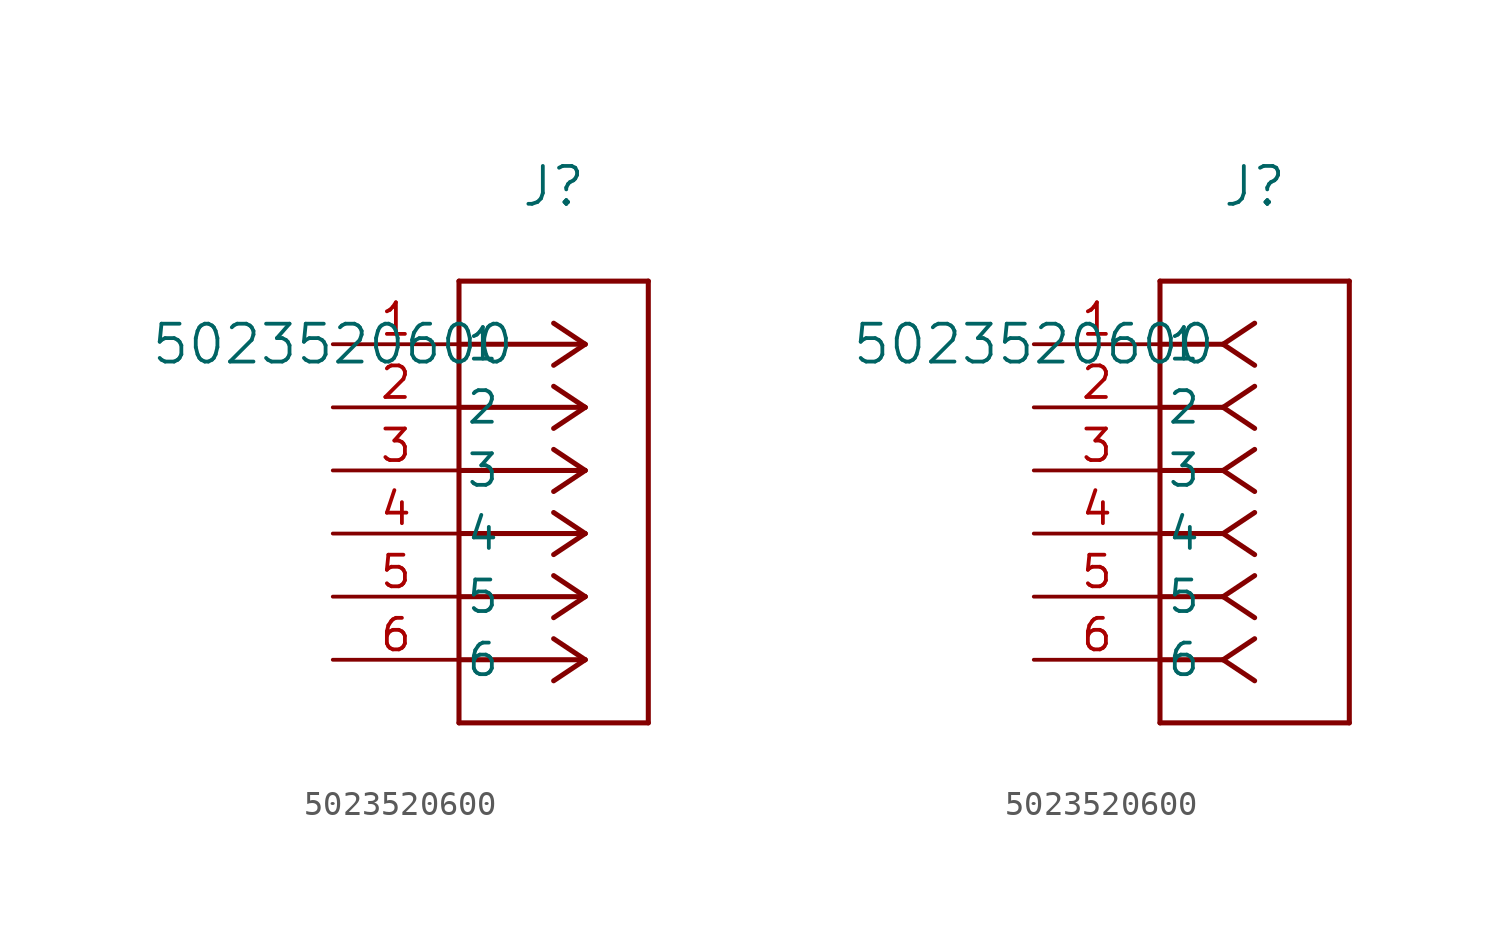
<source format=kicad_sym>
(kicad_symbol_lib
  (version 20241209)
  (generator "kicad_symbol_editor")
  (generator_version "9.0")
  (symbol "5023520600"
    (pin_names
      (offset 0.254))
    (property "Reference" "J"
      (at 8.89 6.35 0)
      (effects (font (size 1.524 1.524))))
    (property "Value" "5023520600"
      (at 0 0 0)
      (effects (font (size 1.524 1.524))))
    (property "ki_locked" ""
      (at 0 0 0)
      (effects (font (size 1.27 1.27))))
    (symbol "5023520600_1_1"
      (polyline (pts (xy 5.08 2.54) (xy 5.08 -15.24)) (stroke (width 0.203) (type default)) (fill (type none)))
      (polyline (pts (xy 5.08 -15.24) (xy 12.7 -15.24)) (stroke (width 0.203) (type default)) (fill (type none)))
      (polyline (pts (xy 10.16 0) (xy 5.08 0)) (stroke (width 0.203) (type default)) (fill (type none)))
      (polyline (pts (xy 10.16 0) (xy 8.89 0.847)) (stroke (width 0.203) (type default)) (fill (type none)))
      (polyline (pts (xy 10.16 0) (xy 8.89 -0.847)) (stroke (width 0.203) (type default)) (fill (type none)))
      (polyline (pts (xy 10.16 -2.54) (xy 5.08 -2.54)) (stroke (width 0.203) (type default)) (fill (type none)))
      (polyline (pts (xy 10.16 -2.54) (xy 8.89 -1.693)) (stroke (width 0.203) (type default)) (fill (type none)))
      (polyline (pts (xy 10.16 -2.54) (xy 8.89 -3.387)) (stroke (width 0.203) (type default)) (fill (type none)))
      (polyline (pts (xy 10.16 -5.08) (xy 5.08 -5.08)) (stroke (width 0.203) (type default)) (fill (type none)))
      (polyline (pts (xy 10.16 -5.08) (xy 8.89 -4.233)) (stroke (width 0.203) (type default)) (fill (type none)))
      (polyline (pts (xy 10.16 -5.08) (xy 8.89 -5.927)) (stroke (width 0.203) (type default)) (fill (type none)))
      (polyline (pts (xy 10.16 -7.62) (xy 5.08 -7.62)) (stroke (width 0.203) (type default)) (fill (type none)))
      (polyline (pts (xy 10.16 -7.62) (xy 8.89 -6.773)) (stroke (width 0.203) (type default)) (fill (type none)))
      (polyline (pts (xy 10.16 -7.62) (xy 8.89 -8.467)) (stroke (width 0.203) (type default)) (fill (type none)))
      (polyline (pts (xy 10.16 -10.16) (xy 5.08 -10.16)) (stroke (width 0.203) (type default)) (fill (type none)))
      (polyline (pts (xy 10.16 -10.16) (xy 8.89 -9.313)) (stroke (width 0.203) (type default)) (fill (type none)))
      (polyline (pts (xy 10.16 -10.16) (xy 8.89 -11.007)) (stroke (width 0.203) (type default)) (fill (type none)))
      (polyline (pts (xy 10.16 -12.7) (xy 5.08 -12.7)) (stroke (width 0.203) (type default)) (fill (type none)))
      (polyline (pts (xy 10.16 -12.7) (xy 8.89 -11.853)) (stroke (width 0.203) (type default)) (fill (type none)))
      (polyline (pts (xy 10.16 -12.7) (xy 8.89 -13.547)) (stroke (width 0.203) (type default)) (fill (type none)))
      (polyline (pts (xy 12.7 2.54) (xy 5.08 2.54)) (stroke (width 0.203) (type default)) (fill (type none)))
      (polyline (pts (xy 12.7 -15.24) (xy 12.7 2.54)) (stroke (width 0.203) (type default)) (fill (type none)))
      (pin passive line (at 0 0 0) (length 5.08) (name "1" (effects (font (size 1.27 1.27)))) (number "1" (effects (font (size 1.27 1.27)))))
      (pin passive line (at 0 -2.54 0) (length 5.08) (name "2" (effects (font (size 1.27 1.27)))) (number "2" (effects (font (size 1.27 1.27)))))
      (pin passive line (at 0 -5.08 0) (length 5.08) (name "3" (effects (font (size 1.27 1.27)))) (number "3" (effects (font (size 1.27 1.27)))))
      (pin passive line (at 0 -7.62 0) (length 5.08) (name "4" (effects (font (size 1.27 1.27)))) (number "4" (effects (font (size 1.27 1.27)))))
      (pin passive line (at 0 -10.16 0) (length 5.08) (name "5" (effects (font (size 1.27 1.27)))) (number "5" (effects (font (size 1.27 1.27)))))
      (pin passive line (at 0 -12.7 0) (length 5.08) (name "6" (effects (font (size 1.27 1.27)))) (number "6" (effects (font (size 1.27 1.27))))))
    (symbol "5023520600_1_2"
      (polyline (pts (xy 5.08 2.54) (xy 5.08 -15.24)) (stroke (width 0.203) (type default)) (fill (type none)))
      (polyline (pts (xy 5.08 -15.24) (xy 12.7 -15.24)) (stroke (width 0.203) (type default)) (fill (type none)))
      (polyline (pts (xy 7.62 0) (xy 5.08 0)) (stroke (width 0.203) (type default)) (fill (type none)))
      (polyline (pts (xy 7.62 0) (xy 8.89 0.847)) (stroke (width 0.203) (type default)) (fill (type none)))
      (polyline (pts (xy 7.62 0) (xy 8.89 -0.847)) (stroke (width 0.203) (type default)) (fill (type none)))
      (polyline (pts (xy 7.62 -2.54) (xy 5.08 -2.54)) (stroke (width 0.203) (type default)) (fill (type none)))
      (polyline (pts (xy 7.62 -2.54) (xy 8.89 -1.693)) (stroke (width 0.203) (type default)) (fill (type none)))
      (polyline (pts (xy 7.62 -2.54) (xy 8.89 -3.387)) (stroke (width 0.203) (type default)) (fill (type none)))
      (polyline (pts (xy 7.62 -5.08) (xy 5.08 -5.08)) (stroke (width 0.203) (type default)) (fill (type none)))
      (polyline (pts (xy 7.62 -5.08) (xy 8.89 -4.233)) (stroke (width 0.203) (type default)) (fill (type none)))
      (polyline (pts (xy 7.62 -5.08) (xy 8.89 -5.927)) (stroke (width 0.203) (type default)) (fill (type none)))
      (polyline (pts (xy 7.62 -7.62) (xy 5.08 -7.62)) (stroke (width 0.203) (type default)) (fill (type none)))
      (polyline (pts (xy 7.62 -7.62) (xy 8.89 -6.773)) (stroke (width 0.203) (type default)) (fill (type none)))
      (polyline (pts (xy 7.62 -7.62) (xy 8.89 -8.467)) (stroke (width 0.203) (type default)) (fill (type none)))
      (polyline (pts (xy 7.62 -10.16) (xy 5.08 -10.16)) (stroke (width 0.203) (type default)) (fill (type none)))
      (polyline (pts (xy 7.62 -10.16) (xy 8.89 -9.313)) (stroke (width 0.203) (type default)) (fill (type none)))
      (polyline (pts (xy 7.62 -10.16) (xy 8.89 -11.007)) (stroke (width 0.203) (type default)) (fill (type none)))
      (polyline (pts (xy 7.62 -12.7) (xy 5.08 -12.7)) (stroke (width 0.203) (type default)) (fill (type none)))
      (polyline (pts (xy 7.62 -12.7) (xy 8.89 -11.853)) (stroke (width 0.203) (type default)) (fill (type none)))
      (polyline (pts (xy 7.62 -12.7) (xy 8.89 -13.547)) (stroke (width 0.203) (type default)) (fill (type none)))
      (polyline (pts (xy 12.7 2.54) (xy 5.08 2.54)) (stroke (width 0.203) (type default)) (fill (type none)))
      (polyline (pts (xy 12.7 -15.24) (xy 12.7 2.54)) (stroke (width 0.203) (type default)) (fill (type none)))
      (pin unspecified line (at 0 0 0) (length 5.08) (name "1" (effects (font (size 1.27 1.27)))) (number "1" (effects (font (size 1.27 1.27)))))
      (pin unspecified line (at 0 -2.54 0) (length 5.08) (name "2" (effects (font (size 1.27 1.27)))) (number "2" (effects (font (size 1.27 1.27)))))
      (pin unspecified line (at 0 -5.08 0) (length 5.08) (name "3" (effects (font (size 1.27 1.27)))) (number "3" (effects (font (size 1.27 1.27)))))
      (pin unspecified line (at 0 -7.62 0) (length 5.08) (name "4" (effects (font (size 1.27 1.27)))) (number "4" (effects (font (size 1.27 1.27)))))
      (pin unspecified line (at 0 -10.16 0) (length 5.08) (name "5" (effects (font (size 1.27 1.27)))) (number "5" (effects (font (size 1.27 1.27)))))
      (pin unspecified line (at 0 -12.7 0) (length 5.08) (name "6" (effects (font (size 1.27 1.27)))) (number "6" (effects (font (size 1.27 1.27))))))))
</source>
